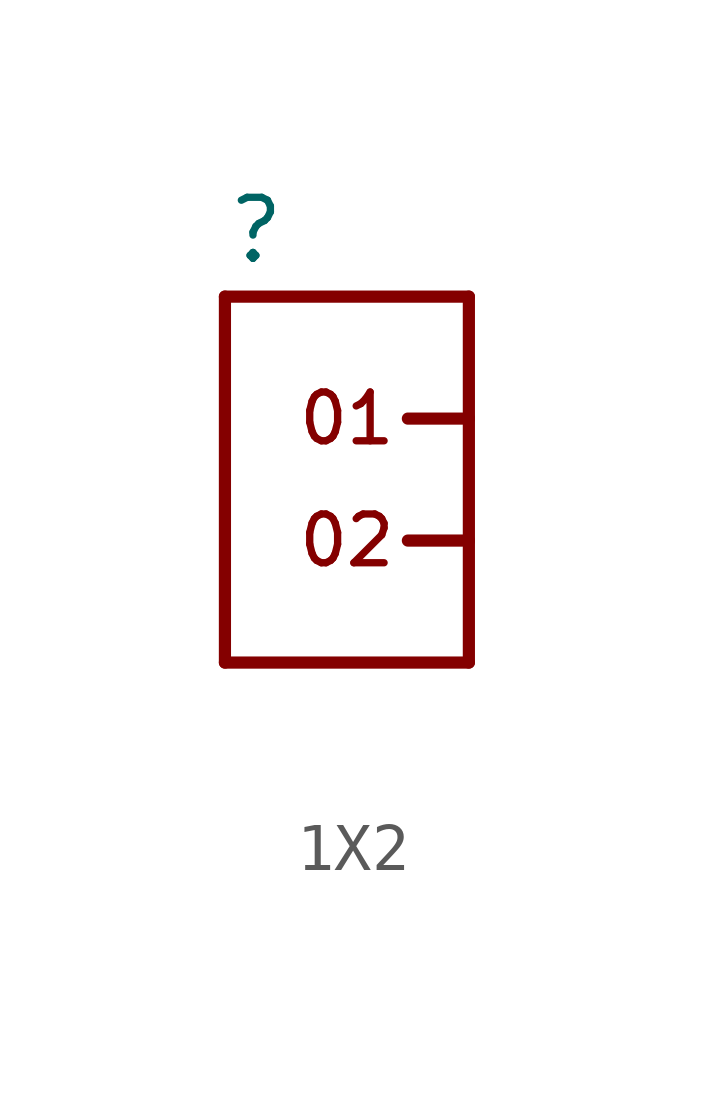
<source format=kicad_sym>
(kicad_symbol_lib
  (version 20241209)
  (generator "kicad_symbol_editor")
  (generator_version "9.0")
  (symbol "1X2"
    (property "Reference" ""
      (at -2.54 3.175 0)
      (effects (font (size 1.27 1.27)) (justify left bottom)))
    (property "Value" ""
      (at -2.54 -6.985 0)
      (effects (font (size 1.27 1.27)) (justify left bottom)))
    (property "ki_locked" ""
      (at 0 0 0)
      (effects (font (size 1.27 1.27))))
    (symbol "1X2_1_0"
      (polyline (pts (xy -2.54 2.54) (xy -2.54 -5.08)) (stroke (width 0.254) (type solid)) (fill (type none)))
      (polyline (pts (xy -2.54 2.54) (xy 2.54 2.54)) (stroke (width 0.254) (type solid)) (fill (type none)))
      (polyline (pts (xy -2.54 -5.08) (xy 2.54 -5.08)) (stroke (width 0.254) (type solid)) (fill (type none)))
      (polyline (pts (xy 1.27 0) (xy 2.54 0)) (stroke (width 0.254) (type solid)) (fill (type none)))
      (polyline (pts (xy 1.27 -2.54) (xy 2.54 -2.54)) (stroke (width 0.254) (type solid)) (fill (type none)))
      (polyline (pts (xy 2.54 0) (xy 2.54 2.54)) (stroke (width 0.254) (type solid)) (fill (type none)))
      (polyline (pts (xy 2.54 -2.54) (xy 2.54 0)) (stroke (width 0.254) (type solid)) (fill (type none)))
      (polyline (pts (xy 2.54 -5.08) (xy 2.54 -2.54)) (stroke (width 0.254) (type solid)) (fill (type none)))
      (text "01" (at 0 0 0) (effects (font (size 1.016 1.016))))
      (text "02" (at 0 -2.54 0) (effects (font (size 1.016 1.016))))
      (pin bidirectional line (at 2.54 0 180) (length 0) (name "1" (effects (font (size 0 0)))) (number "1" (effects (font (size 0 0)))))
      (pin bidirectional line (at 2.54 -2.54 180) (length 0) (name "2" (effects (font (size 0 0)))) (number "2" (effects (font (size 0 0))))))))
</source>
